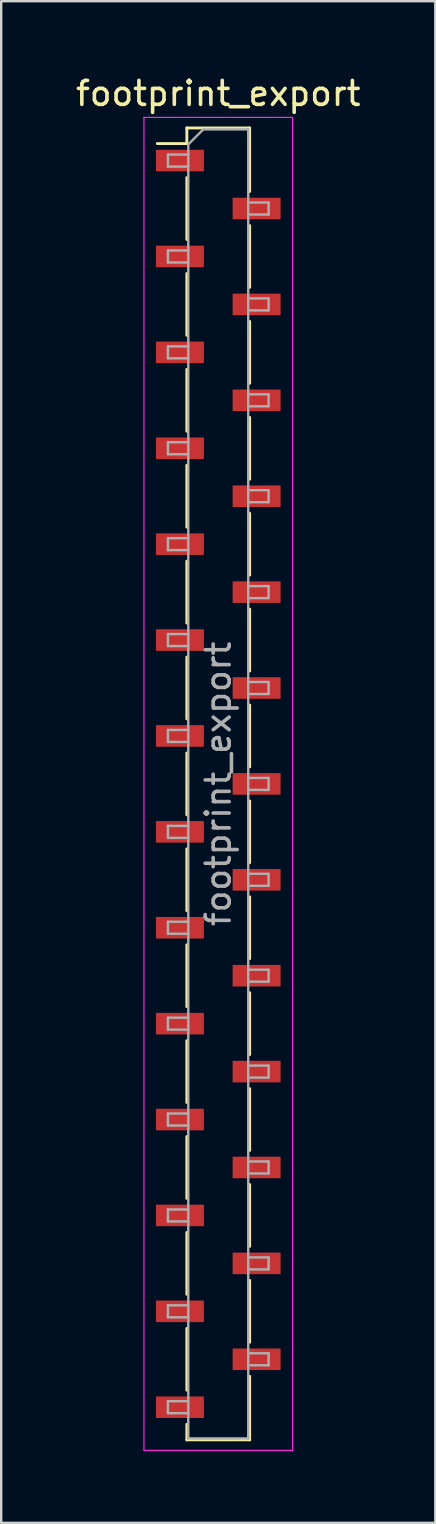
<source format=kicad_pcb>
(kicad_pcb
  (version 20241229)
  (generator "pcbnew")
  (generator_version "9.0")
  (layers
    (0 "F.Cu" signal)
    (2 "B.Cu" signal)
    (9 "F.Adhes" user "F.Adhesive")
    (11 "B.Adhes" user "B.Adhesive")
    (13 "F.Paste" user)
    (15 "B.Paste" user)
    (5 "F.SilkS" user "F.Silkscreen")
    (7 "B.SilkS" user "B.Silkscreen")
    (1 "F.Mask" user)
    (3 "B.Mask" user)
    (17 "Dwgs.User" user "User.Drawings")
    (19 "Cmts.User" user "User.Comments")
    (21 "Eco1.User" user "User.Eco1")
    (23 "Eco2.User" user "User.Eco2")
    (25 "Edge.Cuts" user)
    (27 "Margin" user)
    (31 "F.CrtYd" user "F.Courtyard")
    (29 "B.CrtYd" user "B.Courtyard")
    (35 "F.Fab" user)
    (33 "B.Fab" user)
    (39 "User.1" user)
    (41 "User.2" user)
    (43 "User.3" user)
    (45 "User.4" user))
  (footprint "footprint_export"
    (layer "F.Cu")
    (at 6.054 29.648)
    (property "Reference" "footprint_export" (at 0 -28.8 0) (layer "F.SilkS") (effects (font (size 1 1) (thickness 0.15))))
    (attr smd)
    (fp_line (start -2.54 -26.71) (end -1.31 -26.71) (stroke (width 0.12) (type solid)) (layer "F.SilkS"))
    (fp_line (start -1.31 -27.36) (end -1.31 -26.71) (stroke (width 0.12) (type solid)) (layer "F.SilkS"))
    (fp_line (start -1.31 -27.36) (end 1.31 -27.36) (stroke (width 0.12) (type solid)) (layer "F.SilkS"))
    (fp_line (start -1.31 -25.29) (end -1.31 -22.71) (stroke (width 0.12) (type solid)) (layer "F.SilkS"))
    (fp_line (start -1.31 -21.29) (end -1.31 -18.71) (stroke (width 0.12) (type solid)) (layer "F.SilkS"))
    (fp_line (start -1.31 -17.29) (end -1.31 -14.71) (stroke (width 0.12) (type solid)) (layer "F.SilkS"))
    (fp_line (start -1.31 -13.29) (end -1.31 -10.71) (stroke (width 0.12) (type solid)) (layer "F.SilkS"))
    (fp_line (start -1.31 -9.29) (end -1.31 -6.71) (stroke (width 0.12) (type solid)) (layer "F.SilkS"))
    (fp_line (start -1.31 -5.29) (end -1.31 -2.71) (stroke (width 0.12) (type solid)) (layer "F.SilkS"))
    (fp_line (start -1.31 -1.29) (end -1.31 1.29) (stroke (width 0.12) (type solid)) (layer "F.SilkS"))
    (fp_line (start -1.31 2.71) (end -1.31 5.29) (stroke (width 0.12) (type solid)) (layer "F.SilkS"))
    (fp_line (start -1.31 6.71) (end -1.31 9.29) (stroke (width 0.12) (type solid)) (layer "F.SilkS"))
    (fp_line (start -1.31 10.71) (end -1.31 13.29) (stroke (width 0.12) (type solid)) (layer "F.SilkS"))
    (fp_line (start -1.31 14.71) (end -1.31 17.29) (stroke (width 0.12) (type solid)) (layer "F.SilkS"))
    (fp_line (start -1.31 18.71) (end -1.31 21.29) (stroke (width 0.12) (type solid)) (layer "F.SilkS"))
    (fp_line (start -1.31 22.71) (end -1.31 25.29) (stroke (width 0.12) (type solid)) (layer "F.SilkS"))
    (fp_line (start -1.31 26.71) (end -1.31 27.36) (stroke (width 0.12) (type solid)) (layer "F.SilkS"))
    (fp_line (start -1.31 27.36) (end 1.31 27.36) (stroke (width 0.12) (type solid)) (layer "F.SilkS"))
    (fp_line (start 1.31 -27.36) (end 1.31 -24.71) (stroke (width 0.12) (type solid)) (layer "F.SilkS"))
    (fp_line (start 1.31 -23.29) (end 1.31 -20.71) (stroke (width 0.12) (type solid)) (layer "F.SilkS"))
    (fp_line (start 1.31 -19.29) (end 1.31 -16.71) (stroke (width 0.12) (type solid)) (layer "F.SilkS"))
    (fp_line (start 1.31 -15.29) (end 1.31 -12.71) (stroke (width 0.12) (type solid)) (layer "F.SilkS"))
    (fp_line (start 1.31 -11.29) (end 1.31 -8.71) (stroke (width 0.12) (type solid)) (layer "F.SilkS"))
    (fp_line (start 1.31 -7.29) (end 1.31 -4.71) (stroke (width 0.12) (type solid)) (layer "F.SilkS"))
    (fp_line (start 1.31 -3.29) (end 1.31 -0.71) (stroke (width 0.12) (type solid)) (layer "F.SilkS"))
    (fp_line (start 1.31 0.71) (end 1.31 3.29) (stroke (width 0.12) (type solid)) (layer "F.SilkS"))
    (fp_line (start 1.31 4.71) (end 1.31 7.29) (stroke (width 0.12) (type solid)) (layer "F.SilkS"))
    (fp_line (start 1.31 8.71) (end 1.31 11.29) (stroke (width 0.12) (type solid)) (layer "F.SilkS"))
    (fp_line (start 1.31 12.71) (end 1.31 15.29) (stroke (width 0.12) (type solid)) (layer "F.SilkS"))
    (fp_line (start 1.31 16.71) (end 1.31 19.29) (stroke (width 0.12) (type solid)) (layer "F.SilkS"))
    (fp_line (start 1.31 20.71) (end 1.31 23.29) (stroke (width 0.12) (type solid)) (layer "F.SilkS"))
    (fp_line (start 1.31 24.71) (end 1.31 27.36) (stroke (width 0.12) (type solid)) (layer "F.SilkS"))
    (fp_line (start -3.1 -27.8) (end 3.1 -27.8) (stroke (width 0.05) (type solid)) (layer "F.CrtYd"))
    (fp_line (start -3.1 27.8) (end -3.1 -27.8) (stroke (width 0.05) (type solid)) (layer "F.CrtYd"))
    (fp_line (start 3.1 -27.8) (end 3.1 27.8) (stroke (width 0.05) (type solid)) (layer "F.CrtYd"))
    (fp_line (start 3.1 27.8) (end -3.1 27.8) (stroke (width 0.05) (type solid)) (layer "F.CrtYd"))
    (fp_line (start -2.1 -26.25) (end -1.25 -26.25) (stroke (width 0.1) (type solid)) (layer "F.Fab"))
    (fp_line (start -2.1 -25.75) (end -2.1 -26.25) (stroke (width 0.1) (type solid)) (layer "F.Fab"))
    (fp_line (start -2.1 -22.25) (end -1.25 -22.25) (stroke (width 0.1) (type solid)) (layer "F.Fab"))
    (fp_line (start -2.1 -21.75) (end -2.1 -22.25) (stroke (width 0.1) (type solid)) (layer "F.Fab"))
    (fp_line (start -2.1 -18.25) (end -1.25 -18.25) (stroke (width 0.1) (type solid)) (layer "F.Fab"))
    (fp_line (start -2.1 -17.75) (end -2.1 -18.25) (stroke (width 0.1) (type solid)) (layer "F.Fab"))
    (fp_line (start -2.1 -14.25) (end -1.25 -14.25) (stroke (width 0.1) (type solid)) (layer "F.Fab"))
    (fp_line (start -2.1 -13.75) (end -2.1 -14.25) (stroke (width 0.1) (type solid)) (layer "F.Fab"))
    (fp_line (start -2.1 -10.25) (end -1.25 -10.25) (stroke (width 0.1) (type solid)) (layer "F.Fab"))
    (fp_line (start -2.1 -9.75) (end -2.1 -10.25) (stroke (width 0.1) (type solid)) (layer "F.Fab"))
    (fp_line (start -2.1 -6.25) (end -1.25 -6.25) (stroke (width 0.1) (type solid)) (layer "F.Fab"))
    (fp_line (start -2.1 -5.75) (end -2.1 -6.25) (stroke (width 0.1) (type solid)) (layer "F.Fab"))
    (fp_line (start -2.1 -2.25) (end -1.25 -2.25) (stroke (width 0.1) (type solid)) (layer "F.Fab"))
    (fp_line (start -2.1 -1.75) (end -2.1 -2.25) (stroke (width 0.1) (type solid)) (layer "F.Fab"))
    (fp_line (start -2.1 1.75) (end -1.25 1.75) (stroke (width 0.1) (type solid)) (layer "F.Fab"))
    (fp_line (start -2.1 2.25) (end -2.1 1.75) (stroke (width 0.1) (type solid)) (layer "F.Fab"))
    (fp_line (start -2.1 5.75) (end -1.25 5.75) (stroke (width 0.1) (type solid)) (layer "F.Fab"))
    (fp_line (start -2.1 6.25) (end -2.1 5.75) (stroke (width 0.1) (type solid)) (layer "F.Fab"))
    (fp_line (start -2.1 9.75) (end -1.25 9.75) (stroke (width 0.1) (type solid)) (layer "F.Fab"))
    (fp_line (start -2.1 10.25) (end -2.1 9.75) (stroke (width 0.1) (type solid)) (layer "F.Fab"))
    (fp_line (start -2.1 13.75) (end -1.25 13.75) (stroke (width 0.1) (type solid)) (layer "F.Fab"))
    (fp_line (start -2.1 14.25) (end -2.1 13.75) (stroke (width 0.1) (type solid)) (layer "F.Fab"))
    (fp_line (start -2.1 17.75) (end -1.25 17.75) (stroke (width 0.1) (type solid)) (layer "F.Fab"))
    (fp_line (start -2.1 18.25) (end -2.1 17.75) (stroke (width 0.1) (type solid)) (layer "F.Fab"))
    (fp_line (start -2.1 21.75) (end -1.25 21.75) (stroke (width 0.1) (type solid)) (layer "F.Fab"))
    (fp_line (start -2.1 22.25) (end -2.1 21.75) (stroke (width 0.1) (type solid)) (layer "F.Fab"))
    (fp_line (start -2.1 25.75) (end -1.25 25.75) (stroke (width 0.1) (type solid)) (layer "F.Fab"))
    (fp_line (start -2.1 26.25) (end -2.1 25.75) (stroke (width 0.1) (type solid)) (layer "F.Fab"))
    (fp_line (start -1.25 -26.675) (end -0.625 -27.3) (stroke (width 0.1) (type solid)) (layer "F.Fab"))
    (fp_line (start -1.25 -25.75) (end -2.1 -25.75) (stroke (width 0.1) (type solid)) (layer "F.Fab"))
    (fp_line (start -1.25 -21.75) (end -2.1 -21.75) (stroke (width 0.1) (type solid)) (layer "F.Fab"))
    (fp_line (start -1.25 -17.75) (end -2.1 -17.75) (stroke (width 0.1) (type solid)) (layer "F.Fab"))
    (fp_line (start -1.25 -13.75) (end -2.1 -13.75) (stroke (width 0.1) (type solid)) (layer "F.Fab"))
    (fp_line (start -1.25 -9.75) (end -2.1 -9.75) (stroke (width 0.1) (type solid)) (layer "F.Fab"))
    (fp_line (start -1.25 -5.75) (end -2.1 -5.75) (stroke (width 0.1) (type solid)) (layer "F.Fab"))
    (fp_line (start -1.25 -1.75) (end -2.1 -1.75) (stroke (width 0.1) (type solid)) (layer "F.Fab"))
    (fp_line (start -1.25 2.25) (end -2.1 2.25) (stroke (width 0.1) (type solid)) (layer "F.Fab"))
    (fp_line (start -1.25 6.25) (end -2.1 6.25) (stroke (width 0.1) (type solid)) (layer "F.Fab"))
    (fp_line (start -1.25 10.25) (end -2.1 10.25) (stroke (width 0.1) (type solid)) (layer "F.Fab"))
    (fp_line (start -1.25 14.25) (end -2.1 14.25) (stroke (width 0.1) (type solid)) (layer "F.Fab"))
    (fp_line (start -1.25 18.25) (end -2.1 18.25) (stroke (width 0.1) (type solid)) (layer "F.Fab"))
    (fp_line (start -1.25 22.25) (end -2.1 22.25) (stroke (width 0.1) (type solid)) (layer "F.Fab"))
    (fp_line (start -1.25 26.25) (end -2.1 26.25) (stroke (width 0.1) (type solid)) (layer "F.Fab"))
    (fp_line (start -1.25 27.3) (end -1.25 -26.675) (stroke (width 0.1) (type solid)) (layer "F.Fab"))
    (fp_line (start -0.625 -27.3) (end 1.25 -27.3) (stroke (width 0.1) (type solid)) (layer "F.Fab"))
    (fp_line (start 1.25 -27.3) (end 1.25 27.3) (stroke (width 0.1) (type solid)) (layer "F.Fab"))
    (fp_line (start 1.25 -24.25) (end 2.1 -24.25) (stroke (width 0.1) (type solid)) (layer "F.Fab"))
    (fp_line (start 1.25 -20.25) (end 2.1 -20.25) (stroke (width 0.1) (type solid)) (layer "F.Fab"))
    (fp_line (start 1.25 -16.25) (end 2.1 -16.25) (stroke (width 0.1) (type solid)) (layer "F.Fab"))
    (fp_line (start 1.25 -12.25) (end 2.1 -12.25) (stroke (width 0.1) (type solid)) (layer "F.Fab"))
    (fp_line (start 1.25 -8.25) (end 2.1 -8.25) (stroke (width 0.1) (type solid)) (layer "F.Fab"))
    (fp_line (start 1.25 -4.25) (end 2.1 -4.25) (stroke (width 0.1) (type solid)) (layer "F.Fab"))
    (fp_line (start 1.25 -0.25) (end 2.1 -0.25) (stroke (width 0.1) (type solid)) (layer "F.Fab"))
    (fp_line (start 1.25 3.75) (end 2.1 3.75) (stroke (width 0.1) (type solid)) (layer "F.Fab"))
    (fp_line (start 1.25 7.75) (end 2.1 7.75) (stroke (width 0.1) (type solid)) (layer "F.Fab"))
    (fp_line (start 1.25 11.75) (end 2.1 11.75) (stroke (width 0.1) (type solid)) (layer "F.Fab"))
    (fp_line (start 1.25 15.75) (end 2.1 15.75) (stroke (width 0.1) (type solid)) (layer "F.Fab"))
    (fp_line (start 1.25 19.75) (end 2.1 19.75) (stroke (width 0.1) (type solid)) (layer "F.Fab"))
    (fp_line (start 1.25 23.75) (end 2.1 23.75) (stroke (width 0.1) (type solid)) (layer "F.Fab"))
    (fp_line (start 1.25 27.3) (end -1.25 27.3) (stroke (width 0.1) (type solid)) (layer "F.Fab"))
    (fp_line (start 2.1 -24.25) (end 2.1 -23.75) (stroke (width 0.1) (type solid)) (layer "F.Fab"))
    (fp_line (start 2.1 -23.75) (end 1.25 -23.75) (stroke (width 0.1) (type solid)) (layer "F.Fab"))
    (fp_line (start 2.1 -20.25) (end 2.1 -19.75) (stroke (width 0.1) (type solid)) (layer "F.Fab"))
    (fp_line (start 2.1 -19.75) (end 1.25 -19.75) (stroke (width 0.1) (type solid)) (layer "F.Fab"))
    (fp_line (start 2.1 -16.25) (end 2.1 -15.75) (stroke (width 0.1) (type solid)) (layer "F.Fab"))
    (fp_line (start 2.1 -15.75) (end 1.25 -15.75) (stroke (width 0.1) (type solid)) (layer "F.Fab"))
    (fp_line (start 2.1 -12.25) (end 2.1 -11.75) (stroke (width 0.1) (type solid)) (layer "F.Fab"))
    (fp_line (start 2.1 -11.75) (end 1.25 -11.75) (stroke (width 0.1) (type solid)) (layer "F.Fab"))
    (fp_line (start 2.1 -8.25) (end 2.1 -7.75) (stroke (width 0.1) (type solid)) (layer "F.Fab"))
    (fp_line (start 2.1 -7.75) (end 1.25 -7.75) (stroke (width 0.1) (type solid)) (layer "F.Fab"))
    (fp_line (start 2.1 -4.25) (end 2.1 -3.75) (stroke (width 0.1) (type solid)) (layer "F.Fab"))
    (fp_line (start 2.1 -3.75) (end 1.25 -3.75) (stroke (width 0.1) (type solid)) (layer "F.Fab"))
    (fp_line (start 2.1 -0.25) (end 2.1 0.25) (stroke (width 0.1) (type solid)) (layer "F.Fab"))
    (fp_line (start 2.1 0.25) (end 1.25 0.25) (stroke (width 0.1) (type solid)) (layer "F.Fab"))
    (fp_line (start 2.1 3.75) (end 2.1 4.25) (stroke (width 0.1) (type solid)) (layer "F.Fab"))
    (fp_line (start 2.1 4.25) (end 1.25 4.25) (stroke (width 0.1) (type solid)) (layer "F.Fab"))
    (fp_line (start 2.1 7.75) (end 2.1 8.25) (stroke (width 0.1) (type solid)) (layer "F.Fab"))
    (fp_line (start 2.1 8.25) (end 1.25 8.25) (stroke (width 0.1) (type solid)) (layer "F.Fab"))
    (fp_line (start 2.1 11.75) (end 2.1 12.25) (stroke (width 0.1) (type solid)) (layer "F.Fab"))
    (fp_line (start 2.1 12.25) (end 1.25 12.25) (stroke (width 0.1) (type solid)) (layer "F.Fab"))
    (fp_line (start 2.1 15.75) (end 2.1 16.25) (stroke (width 0.1) (type solid)) (layer "F.Fab"))
    (fp_line (start 2.1 16.25) (end 1.25 16.25) (stroke (width 0.1) (type solid)) (layer "F.Fab"))
    (fp_line (start 2.1 19.75) (end 2.1 20.25) (stroke (width 0.1) (type solid)) (layer "F.Fab"))
    (fp_line (start 2.1 20.25) (end 1.25 20.25) (stroke (width 0.1) (type solid)) (layer "F.Fab"))
    (fp_line (start 2.1 23.75) (end 2.1 24.25) (stroke (width 0.1) (type solid)) (layer "F.Fab"))
    (fp_line (start 2.1 24.25) (end 1.25 24.25) (stroke (width 0.1) (type solid)) (layer "F.Fab"))
    (fp_text user "${REFERENCE}" (at 0 0 90) (layer "F.Fab") (effects (font (size 1 1) (thickness 0.15))))
    (pad "1" smd rect (at -1.6 -26) (size 2 0.9) (layers "F.Cu" "F.Mask" "F.Paste"))
    (pad "2" smd rect (at 1.6 -24) (size 2 0.9) (layers "F.Cu" "F.Mask" "F.Paste"))
    (pad "3" smd rect (at -1.6 -22) (size 2 0.9) (layers "F.Cu" "F.Mask" "F.Paste"))
    (pad "4" smd rect (at 1.6 -20) (size 2 0.9) (layers "F.Cu" "F.Mask" "F.Paste"))
    (pad "5" smd rect (at -1.6 -18) (size 2 0.9) (layers "F.Cu" "F.Mask" "F.Paste"))
    (pad "6" smd rect (at 1.6 -16) (size 2 0.9) (layers "F.Cu" "F.Mask" "F.Paste"))
    (pad "7" smd rect (at -1.6 -14) (size 2 0.9) (layers "F.Cu" "F.Mask" "F.Paste"))
    (pad "8" smd rect (at 1.6 -12) (size 2 0.9) (layers "F.Cu" "F.Mask" "F.Paste"))
    (pad "9" smd rect (at -1.6 -10) (size 2 0.9) (layers "F.Cu" "F.Mask" "F.Paste"))
    (pad "10" smd rect (at 1.6 -8) (size 2 0.9) (layers "F.Cu" "F.Mask" "F.Paste"))
    (pad "11" smd rect (at -1.6 -6) (size 2 0.9) (layers "F.Cu" "F.Mask" "F.Paste"))
    (pad "12" smd rect (at 1.6 -4) (size 2 0.9) (layers "F.Cu" "F.Mask" "F.Paste"))
    (pad "13" smd rect (at -1.6 -2) (size 2 0.9) (layers "F.Cu" "F.Mask" "F.Paste"))
    (pad "14" smd rect (at 1.6 0) (size 2 0.9) (layers "F.Cu" "F.Mask" "F.Paste"))
    (pad "15" smd rect (at -1.6 2) (size 2 0.9) (layers "F.Cu" "F.Mask" "F.Paste"))
    (pad "16" smd rect (at 1.6 4) (size 2 0.9) (layers "F.Cu" "F.Mask" "F.Paste"))
    (pad "17" smd rect (at -1.6 6) (size 2 0.9) (layers "F.Cu" "F.Mask" "F.Paste"))
    (pad "18" smd rect (at 1.6 8) (size 2 0.9) (layers "F.Cu" "F.Mask" "F.Paste"))
    (pad "19" smd rect (at -1.6 10) (size 2 0.9) (layers "F.Cu" "F.Mask" "F.Paste"))
    (pad "20" smd rect (at 1.6 12) (size 2 0.9) (layers "F.Cu" "F.Mask" "F.Paste"))
    (pad "21" smd rect (at -1.6 14) (size 2 0.9) (layers "F.Cu" "F.Mask" "F.Paste"))
    (pad "22" smd rect (at 1.6 16) (size 2 0.9) (layers "F.Cu" "F.Mask" "F.Paste"))
    (pad "23" smd rect (at -1.6 18) (size 2 0.9) (layers "F.Cu" "F.Mask" "F.Paste"))
    (pad "24" smd rect (at 1.6 20) (size 2 0.9) (layers "F.Cu" "F.Mask" "F.Paste"))
    (pad "25" smd rect (at -1.6 22) (size 2 0.9) (layers "F.Cu" "F.Mask" "F.Paste"))
    (pad "26" smd rect (at 1.6 24) (size 2 0.9) (layers "F.Cu" "F.Mask" "F.Paste"))
    (pad "27" smd rect (at -1.6 26) (size 2 0.9) (layers "F.Cu" "F.Mask" "F.Paste")))
  (gr_rect
    (start -3 -3)
    (end 15.107 60.473)
    (stroke (width 0.1) (type default))
    (fill no)
    (layer "Edge.Cuts")))
</source>
